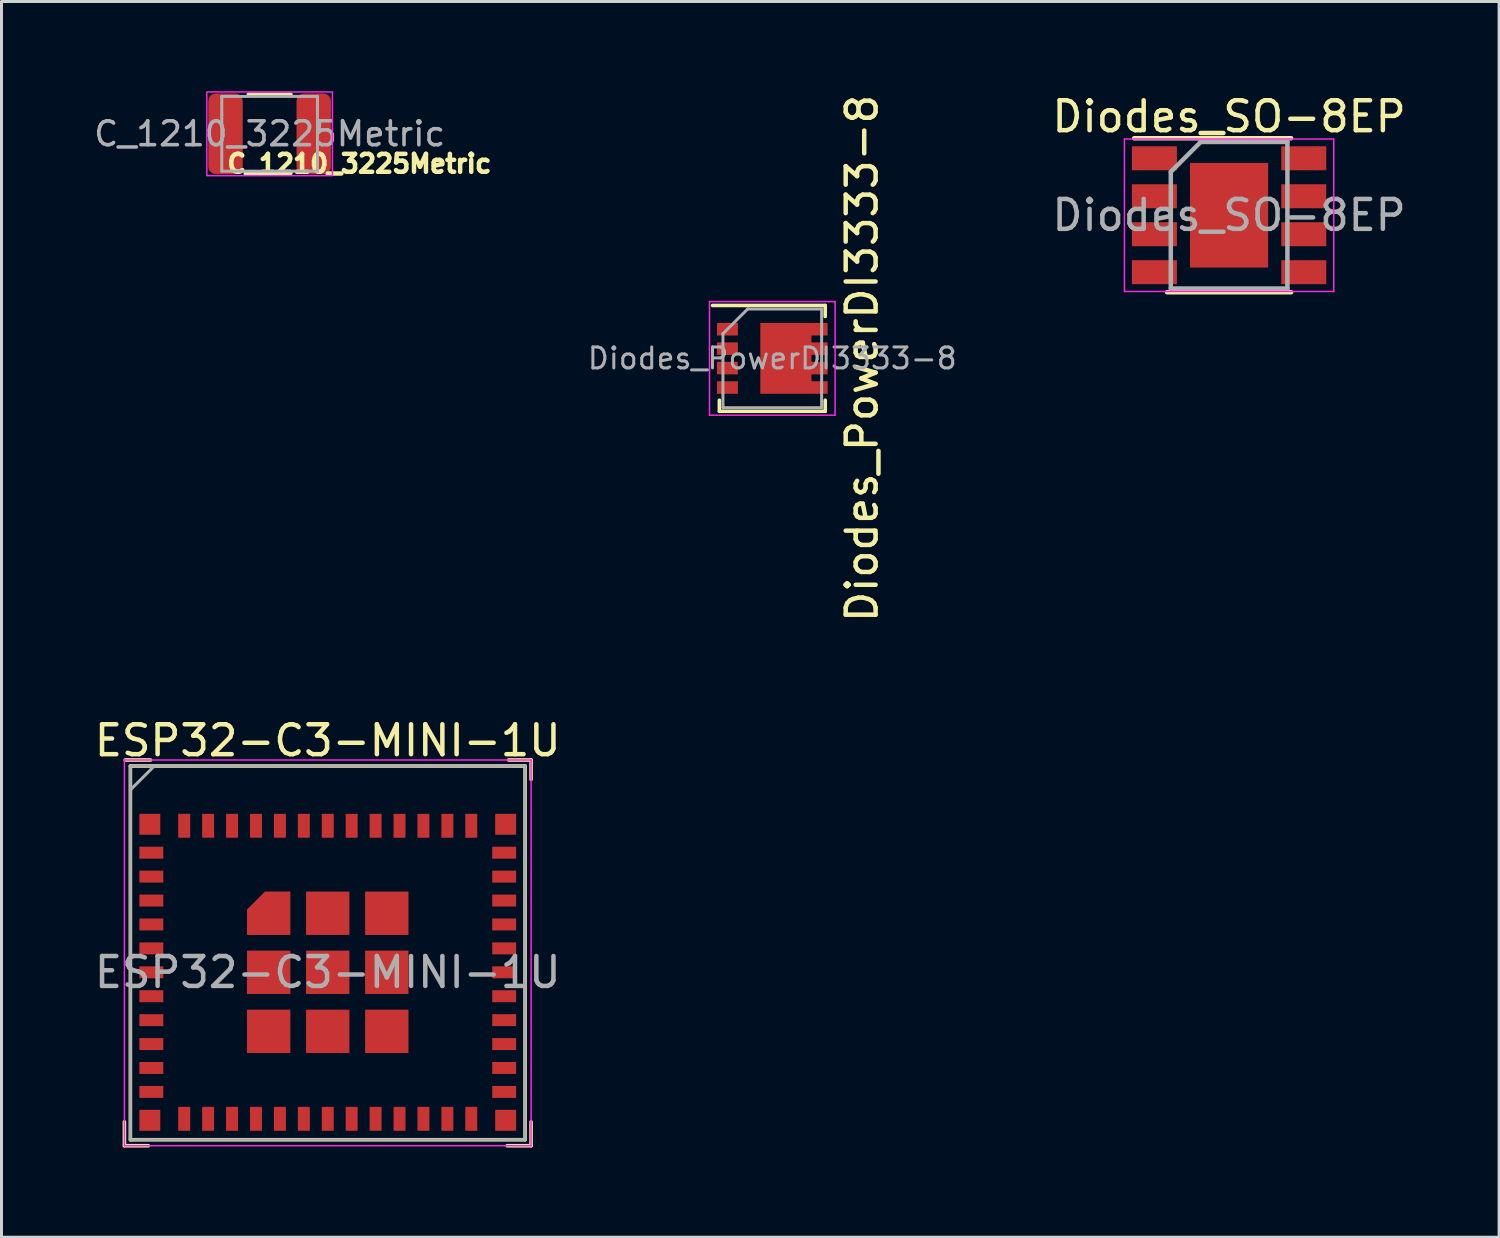
<source format=kicad_pcb>
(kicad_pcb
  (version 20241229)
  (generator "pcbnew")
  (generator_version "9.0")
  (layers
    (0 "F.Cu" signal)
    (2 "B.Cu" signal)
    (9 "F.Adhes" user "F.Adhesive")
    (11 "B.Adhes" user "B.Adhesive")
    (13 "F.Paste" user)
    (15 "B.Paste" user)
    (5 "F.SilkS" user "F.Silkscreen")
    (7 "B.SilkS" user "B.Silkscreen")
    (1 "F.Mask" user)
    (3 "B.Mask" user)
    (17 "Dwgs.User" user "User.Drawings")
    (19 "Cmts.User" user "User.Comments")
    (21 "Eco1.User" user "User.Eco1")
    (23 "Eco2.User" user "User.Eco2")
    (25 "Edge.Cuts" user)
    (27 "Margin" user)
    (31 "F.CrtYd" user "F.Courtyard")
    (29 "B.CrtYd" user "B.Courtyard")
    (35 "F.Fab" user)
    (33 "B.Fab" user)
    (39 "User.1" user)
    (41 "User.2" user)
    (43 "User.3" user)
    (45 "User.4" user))
  (footprint "Diodes_SO-8EP"
    (layer "F.Cu")
    (at 38.055 4.148)
    (property "Reference" "Diodes_SO-8EP" (at 0 -3.3 0) (layer "F.SilkS") (effects (font (size 1 1) (thickness 0.15))))
    (attr smd)
    (fp_line (start -3.175 -2.575) (end 2.075 -2.575) (stroke (width 0.15) (type solid)) (layer "F.SilkS"))
    (fp_line (start -2.075 2.575) (end 2.075 2.575) (stroke (width 0.15) (type solid)) (layer "F.SilkS"))
    (fp_line (start -3.5 -2.55) (end -3.5 2.55) (stroke (width 0.05) (type solid)) (layer "F.CrtYd"))
    (fp_line (start -3.5 -2.55) (end 3.5 -2.55) (stroke (width 0.05) (type solid)) (layer "F.CrtYd"))
    (fp_line (start -3.5 2.55) (end 3.5 2.55) (stroke (width 0.05) (type solid)) (layer "F.CrtYd"))
    (fp_line (start 3.5 -2.55) (end 3.5 2.55) (stroke (width 0.05) (type solid)) (layer "F.CrtYd"))
    (fp_line (start -1.95 -1.45) (end -0.95 -2.45) (stroke (width 0.15) (type solid)) (layer "F.Fab"))
    (fp_line (start -1.95 2.45) (end -1.95 -1.45) (stroke (width 0.15) (type solid)) (layer "F.Fab"))
    (fp_line (start -0.95 -2.45) (end 1.95 -2.45) (stroke (width 0.15) (type solid)) (layer "F.Fab"))
    (fp_line (start 1.95 -2.45) (end 1.95 2.45) (stroke (width 0.15) (type solid)) (layer "F.Fab"))
    (fp_line (start 1.95 2.45) (end -1.95 2.45) (stroke (width 0.15) (type solid)) (layer "F.Fab"))
    (fp_text user "${REFERENCE}" (at 0 0 0) (layer "F.Fab") (effects (font (size 1 1) (thickness 0.15))))
    (pad "1" smd rect (at -2.498 -1.905) (size 1.505 0.802) (layers "F.Cu" "F.Mask" "F.Paste"))
    (pad "2" smd rect (at -2.498 -0.635) (size 1.505 0.802) (layers "F.Cu" "F.Mask" "F.Paste"))
    (pad "3" smd rect (at -2.498 0.635) (size 1.505 0.802) (layers "F.Cu" "F.Mask" "F.Paste"))
    (pad "4" smd rect (at -2.498 1.905) (size 1.505 0.802) (layers "F.Cu" "F.Mask" "F.Paste"))
    (pad "5" smd rect (at 2.498 1.905) (size 1.505 0.802) (layers "F.Cu" "F.Mask" "F.Paste"))
    (pad "6" smd rect (at 2.498 0.635) (size 1.505 0.802) (layers "F.Cu" "F.Mask" "F.Paste"))
    (pad "7" smd rect (at 2.498 -0.635) (size 1.505 0.802) (layers "F.Cu" "F.Mask" "F.Paste"))
    (pad "8" smd rect (at 2.498 -1.905) (size 1.505 0.802) (layers "F.Cu" "F.Mask" "F.Paste"))
    (pad "9" smd rect (at 0 0) (size 2.613 3.502) (layers "F.Cu" "F.Mask" "F.Paste")))
  (footprint "Diodes_PowerDI3333-8"
    (layer "F.Cu")
    (at 22.778 8.935)
    (property "Reference" "Diodes_PowerDI3333-8" (at 3 0 90) (layer "F.SilkS") (effects (font (size 1 1) (thickness 0.15))))
    (attr smd)
    (fp_line (start -1.77 1.77) (end -1.77 1.4) (stroke (width 0.12) (type solid)) (layer "F.SilkS"))
    (fp_line (start -1.77 1.77) (end 1.77 1.77) (stroke (width 0.12) (type solid)) (layer "F.SilkS"))
    (fp_line (start 1.77 -1.77) (end -2 -1.77) (stroke (width 0.12) (type solid)) (layer "F.SilkS"))
    (fp_line (start 1.77 -1.77) (end 1.77 -1.4) (stroke (width 0.12) (type solid)) (layer "F.SilkS"))
    (fp_line (start 1.77 1.77) (end 1.77 1.4) (stroke (width 0.12) (type solid)) (layer "F.SilkS"))
    (fp_line (start -2.1 -1.9) (end -2.1 1.9) (stroke (width 0.05) (type solid)) (layer "F.CrtYd"))
    (fp_line (start -2.1 1.9) (end 2.1 1.9) (stroke (width 0.05) (type solid)) (layer "F.CrtYd"))
    (fp_line (start 2.1 -1.9) (end -2.1 -1.9) (stroke (width 0.05) (type solid)) (layer "F.CrtYd"))
    (fp_line (start 2.1 1.9) (end 2.1 -1.9) (stroke (width 0.05) (type solid)) (layer "F.CrtYd"))
    (fp_line (start -1.65 -0.825) (end -1.65 1.65) (stroke (width 0.1) (type solid)) (layer "F.Fab"))
    (fp_line (start -1.65 1.65) (end 1.65 1.65) (stroke (width 0.1) (type solid)) (layer "F.Fab"))
    (fp_line (start -0.825 -1.65) (end -1.65 -0.825) (stroke (width 0.1) (type solid)) (layer "F.Fab"))
    (fp_line (start 1.65 -1.65) (end -0.825 -1.65) (stroke (width 0.1) (type solid)) (layer "F.Fab"))
    (fp_line (start 1.65 1.65) (end 1.65 -1.65) (stroke (width 0.1) (type solid)) (layer "F.Fab"))
    (fp_text user "${REFERENCE}" (at 0 0 0) (layer "F.Fab") (effects (font (size 0.7 0.7) (thickness 0.1))))
    (pad "" smd rect (at 0.02 -0.565) (size 0.6 1) (layers "F.Paste"))
    (pad "" smd rect (at 0.02 0.565) (size 0.6 1) (layers "F.Paste"))
    (pad "" smd rect (at 0.73 -0.565) (size 0.6 1) (layers "F.Paste"))
    (pad "" smd rect (at 0.73 0.565) (size 0.6 1) (layers "F.Paste"))
    (pad "" smd rect (at 1.5 -0.975) (size 0.7 0.42) (layers "F.Paste"))
    (pad "" smd rect (at 1.5 -0.325) (size 0.7 0.42) (layers "F.Paste"))
    (pad "" smd rect (at 1.5 0.325) (size 0.7 0.42) (layers "F.Paste"))
    (pad "" smd rect (at 1.5 0.975) (size 0.7 0.42) (layers "F.Paste"))
    (pad "1" smd rect (at -1.5 -0.975) (size 0.7 0.42) (layers "F.Cu" "F.Mask" "F.Paste"))
    (pad "2" smd rect (at -1.5 -0.325) (size 0.7 0.42) (layers "F.Cu" "F.Mask" "F.Paste"))
    (pad "3" smd rect (at -1.5 0.325) (size 0.7 0.42) (layers "F.Cu" "F.Mask" "F.Paste"))
    (pad "4" smd rect (at -1.5 0.975) (size 0.7 0.42) (layers "F.Cu" "F.Mask" "F.Paste"))
    (pad "5" smd custom (at 0.455 0) (size 1.71 2.37) (layers "F.Cu" "F.Mask") (options (anchor rect)) (primitives (gr_poly (pts (xy 1.395 1.185) (xy 0.855 1.185) (xy 0.855 0.765) (xy 1.395 0.765)) (width 0) (fill yes)) (gr_poly (pts (xy 1.395 0.535) (xy 0.855 0.535) (xy 0.855 0.115) (xy 1.395 0.115)) (width 0) (fill yes)) (gr_poly (pts (xy 1.395 -0.115) (xy 0.855 -0.115) (xy 0.855 -0.535) (xy 1.395 -0.535)) (width 0) (fill yes)) (gr_poly (pts (xy 1.395 -0.765) (xy 0.855 -0.765) (xy 0.855 -1.185) (xy 1.395 -1.185)) (width 0) (fill yes)))))
  (footprint "C_1210_3225Metric"
    (layer "F.Cu")
    (at 5.967 1.425)
    (property "Reference" "C_1210_3225Metric" (at 3 1 180) (layer "F.SilkS") (effects (font (size 0.6 0.6) (thickness 0.15))))
    (attr smd)
    (fp_line (start -0.711 -1.32) (end 0.711 -1.32) (stroke (width 0.12) (type solid)) (layer "F.SilkS"))
    (fp_line (start -0.711 1.32) (end 0.711 1.32) (stroke (width 0.12) (type solid)) (layer "F.SilkS"))
    (fp_rect (start -2.1 1.4) (end 2.1 -1.4) (stroke (width 0.05) (type default)) (fill no) (layer "F.CrtYd"))
    (fp_line (start -1.6 -1.25) (end 1.6 -1.25) (stroke (width 0.1) (type solid)) (layer "F.Fab"))
    (fp_line (start -1.6 1.25) (end -1.6 -1.25) (stroke (width 0.1) (type solid)) (layer "F.Fab"))
    (fp_line (start 1.6 -1.25) (end 1.6 1.25) (stroke (width 0.1) (type solid)) (layer "F.Fab"))
    (fp_line (start 1.6 1.25) (end -1.6 1.25) (stroke (width 0.1) (type solid)) (layer "F.Fab"))
    (fp_text user "${REFERENCE}" (at 0 0 180) (layer "F.Fab") (effects (font (size 0.8 0.8) (thickness 0.12))))
    (pad "1" smd roundrect (at -1.475 0) (size 1.15 2.7) (layers "F.Cu" "F.Mask" "F.Paste") (roundrect_rratio 0.217))
    (pad "2" smd roundrect (at 1.475 0) (size 1.15 2.7) (layers "F.Cu" "F.Mask" "F.Paste") (roundrect_rratio 0.217)))
  (footprint "ESP32-C3-MINI-1U"
    (layer "F.Cu")
    (at 7.911 28.767)
    (property "Reference" "ESP32-C3-MINI-1U" (at 0 -7.05 0) (layer "F.SilkS") (effects (font (size 1 1) (thickness 0.15))))
    (attr smd)
    (fp_line (start -6.8 5.7) (end -6.8 6.5) (stroke (width 0.12) (type solid)) (layer "F.SilkS"))
    (fp_line (start -6.8 6.5) (end -6 6.5) (stroke (width 0.12) (type solid)) (layer "F.SilkS"))
    (fp_line (start -6.6 -6.2) (end 6.6 -6.2) (stroke (width 0.12) (type solid)) (layer "F.SilkS"))
    (fp_line (start -6.6 6.3) (end -6.6 -6.2) (stroke (width 0.12) (type solid)) (layer "F.SilkS"))
    (fp_line (start -5.925 -6.4) (end -6.775 -6.4) (stroke (width 0.12) (type solid)) (layer "F.SilkS"))
    (fp_line (start 6.05 -6.4) (end 6.8 -6.4) (stroke (width 0.12) (type solid)) (layer "F.SilkS"))
    (fp_line (start 6.6 -6.2) (end 6.6 6.3) (stroke (width 0.12) (type solid)) (layer "F.SilkS"))
    (fp_line (start 6.6 6.3) (end -6.6 6.3) (stroke (width 0.12) (type solid)) (layer "F.SilkS"))
    (fp_line (start 6.8 -6.4) (end 6.8 -5.75) (stroke (width 0.12) (type solid)) (layer "F.SilkS"))
    (fp_line (start 6.8 5.7) (end 6.8 6.5) (stroke (width 0.12) (type solid)) (layer "F.SilkS"))
    (fp_line (start 6.8 6.5) (end 6 6.5) (stroke (width 0.12) (type solid)) (layer "F.SilkS"))
    (fp_line (start -6.8 -6.4) (end 6.8 -6.4) (stroke (width 0.05) (type solid)) (layer "F.CrtYd"))
    (fp_line (start -6.8 6.5) (end -6.8 -6.4) (stroke (width 0.05) (type solid)) (layer "F.CrtYd"))
    (fp_line (start 6.8 -6.4) (end 6.8 6.5) (stroke (width 0.05) (type solid)) (layer "F.CrtYd"))
    (fp_line (start 6.8 6.5) (end -6.8 6.5) (stroke (width 0.05) (type solid)) (layer "F.CrtYd"))
    (fp_line (start -6.6 -6.2) (end -6.6 6.3) (stroke (width 0.1) (type solid)) (layer "F.Fab"))
    (fp_line (start -6.6 6.3) (end 6.6 6.3) (stroke (width 0.1) (type solid)) (layer "F.Fab"))
    (fp_line (start -5.8 -6.2) (end -6.6 -5.4) (stroke (width 0.1) (type solid)) (layer "F.Fab"))
    (fp_line (start 6.6 -6.2) (end -6.6 -6.2) (stroke (width 0.1) (type solid)) (layer "F.Fab"))
    (fp_line (start 6.6 6.3) (end 6.6 -6.2) (stroke (width 0.1) (type solid)) (layer "F.Fab"))
    (fp_text user "${REFERENCE}" (at 0 0.7 0) (layer "F.Fab") (effects (font (size 1 1) (thickness 0.15))))
    (pad "1" smd rect (at -5.9 -3.3 90) (size 0.4 0.8) (layers "F.Cu" "F.Mask" "F.Paste"))
    (pad "2" smd rect (at -5.9 -2.5 90) (size 0.4 0.8) (layers "F.Cu" "F.Mask" "F.Paste"))
    (pad "3" smd rect (at -5.9 -1.7 90) (size 0.4 0.8) (layers "F.Cu" "F.Mask" "F.Paste"))
    (pad "4" smd rect (at -5.9 -0.9 90) (size 0.4 0.8) (layers "F.Cu" "F.Mask" "F.Paste"))
    (pad "5" smd rect (at -5.9 -0.1 90) (size 0.4 0.8) (layers "F.Cu" "F.Mask" "F.Paste"))
    (pad "6" smd rect (at -5.9 0.7 90) (size 0.4 0.8) (layers "F.Cu" "F.Mask" "F.Paste"))
    (pad "7" smd rect (at -5.9 1.5 90) (size 0.4 0.8) (layers "F.Cu" "F.Mask" "F.Paste"))
    (pad "8" smd rect (at -5.9 2.3 90) (size 0.4 0.8) (layers "F.Cu" "F.Mask" "F.Paste"))
    (pad "9" smd rect (at -5.9 3.1 90) (size 0.4 0.8) (layers "F.Cu" "F.Mask" "F.Paste"))
    (pad "10" smd rect (at -5.9 3.9 90) (size 0.4 0.8) (layers "F.Cu" "F.Mask" "F.Paste"))
    (pad "11" smd rect (at -5.9 4.7 90) (size 0.4 0.8) (layers "F.Cu" "F.Mask" "F.Paste"))
    (pad "12" smd rect (at -4.8 5.6) (size 0.4 0.8) (layers "F.Cu" "F.Mask" "F.Paste"))
    (pad "13" smd rect (at -4 5.6) (size 0.4 0.8) (layers "F.Cu" "F.Mask" "F.Paste"))
    (pad "14" smd rect (at -3.2 5.6) (size 0.4 0.8) (layers "F.Cu" "F.Mask" "F.Paste"))
    (pad "15" smd rect (at -2.4 5.6) (size 0.4 0.8) (layers "F.Cu" "F.Mask" "F.Paste"))
    (pad "16" smd rect (at -1.6 5.6) (size 0.4 0.8) (layers "F.Cu" "F.Mask" "F.Paste"))
    (pad "17" smd rect (at -0.8 5.6) (size 0.4 0.8) (layers "F.Cu" "F.Mask" "F.Paste"))
    (pad "18" smd rect (at 0 5.6) (size 0.4 0.8) (layers "F.Cu" "F.Mask" "F.Paste"))
    (pad "19" smd rect (at 0.8 5.6) (size 0.4 0.8) (layers "F.Cu" "F.Mask" "F.Paste"))
    (pad "20" smd rect (at 1.6 5.6) (size 0.4 0.8) (layers "F.Cu" "F.Mask" "F.Paste"))
    (pad "21" smd rect (at 2.4 5.6) (size 0.4 0.8) (layers "F.Cu" "F.Mask" "F.Paste"))
    (pad "22" smd rect (at 3.2 5.6) (size 0.4 0.8) (layers "F.Cu" "F.Mask" "F.Paste"))
    (pad "23" smd rect (at 4 5.6) (size 0.4 0.8) (layers "F.Cu" "F.Mask" "F.Paste"))
    (pad "24" smd rect (at 4.8 5.6) (size 0.4 0.8) (layers "F.Cu" "F.Mask" "F.Paste"))
    (pad "25" smd rect (at 5.9 4.7 90) (size 0.4 0.8) (layers "F.Cu" "F.Mask" "F.Paste"))
    (pad "26" smd rect (at 5.9 3.9 90) (size 0.4 0.8) (layers "F.Cu" "F.Mask" "F.Paste"))
    (pad "27" smd rect (at 5.9 3.1 90) (size 0.4 0.8) (layers "F.Cu" "F.Mask" "F.Paste"))
    (pad "28" smd rect (at 5.9 2.3 90) (size 0.4 0.8) (layers "F.Cu" "F.Mask" "F.Paste"))
    (pad "29" smd rect (at 5.9 1.5 90) (size 0.4 0.8) (layers "F.Cu" "F.Mask" "F.Paste"))
    (pad "30" smd rect (at 5.9 0.7 90) (size 0.4 0.8) (layers "F.Cu" "F.Mask" "F.Paste"))
    (pad "31" smd rect (at 5.9 -0.1 90) (size 0.4 0.8) (layers "F.Cu" "F.Mask" "F.Paste"))
    (pad "32" smd rect (at 5.9 -0.9 90) (size 0.4 0.8) (layers "F.Cu" "F.Mask" "F.Paste"))
    (pad "33" smd rect (at 5.9 -1.7 90) (size 0.4 0.8) (layers "F.Cu" "F.Mask" "F.Paste"))
    (pad "34" smd rect (at 5.9 -2.5 90) (size 0.4 0.8) (layers "F.Cu" "F.Mask" "F.Paste"))
    (pad "35" smd rect (at 5.9 -3.3 90) (size 0.4 0.8) (layers "F.Cu" "F.Mask" "F.Paste"))
    (pad "36" smd rect (at 4.8 -4.2) (size 0.4 0.8) (layers "F.Cu" "F.Mask" "F.Paste"))
    (pad "37" smd rect (at 4 -4.2) (size 0.4 0.8) (layers "F.Cu" "F.Mask" "F.Paste"))
    (pad "38" smd rect (at 3.2 -4.2) (size 0.4 0.8) (layers "F.Cu" "F.Mask" "F.Paste"))
    (pad "39" smd rect (at 2.4 -4.2) (size 0.4 0.8) (layers "F.Cu" "F.Mask" "F.Paste"))
    (pad "40" smd rect (at 1.6 -4.2) (size 0.4 0.8) (layers "F.Cu" "F.Mask" "F.Paste"))
    (pad "41" smd rect (at 0.8 -4.2) (size 0.4 0.8) (layers "F.Cu" "F.Mask" "F.Paste"))
    (pad "42" smd rect (at 0 -4.2) (size 0.4 0.8) (layers "F.Cu" "F.Mask" "F.Paste"))
    (pad "43" smd rect (at -0.8 -4.2) (size 0.4 0.8) (layers "F.Cu" "F.Mask" "F.Paste"))
    (pad "44" smd rect (at -1.6 -4.2) (size 0.4 0.8) (layers "F.Cu" "F.Mask" "F.Paste"))
    (pad "45" smd rect (at -2.4 -4.2) (size 0.4 0.8) (layers "F.Cu" "F.Mask" "F.Paste"))
    (pad "46" smd rect (at -3.2 -4.2) (size 0.4 0.8) (layers "F.Cu" "F.Mask" "F.Paste"))
    (pad "47" smd rect (at -4 -4.2) (size 0.4 0.8) (layers "F.Cu" "F.Mask" "F.Paste"))
    (pad "48" smd rect (at -4.8 -4.2) (size 0.4 0.8) (layers "F.Cu" "F.Mask" "F.Paste"))
    (pad "49" smd custom (at -1.975 -1.275) (size 0.8 0.8) (layers "F.Cu" "F.Mask" "F.Paste") (options (anchor rect)) (primitives (gr_poly (pts (xy 0.725 0.725) (xy -0.725 0.725) (xy -0.725 -0.125) (xy -0.125 -0.725) (xy 0.725 -0.725)) (width 0) (fill yes))))
    (pad "49" smd rect (at -1.975 0.7 90) (size 1.45 1.45) (layers "F.Cu" "F.Mask" "F.Paste"))
    (pad "49" smd rect (at -1.975 2.675 90) (size 1.45 1.45) (layers "F.Cu" "F.Mask" "F.Paste"))
    (pad "49" smd rect (at 0 -1.275 90) (size 1.45 1.45) (layers "F.Cu" "F.Mask" "F.Paste"))
    (pad "49" smd rect (at 0 0.7 90) (size 1.45 1.45) (layers "F.Cu" "F.Mask" "F.Paste"))
    (pad "49" smd rect (at 0 2.675 90) (size 1.45 1.45) (layers "F.Cu" "F.Mask" "F.Paste"))
    (pad "49" smd rect (at 1.975 -1.275 90) (size 1.45 1.45) (layers "F.Cu" "F.Mask" "F.Paste"))
    (pad "49" smd rect (at 1.975 0.7 90) (size 1.45 1.45) (layers "F.Cu" "F.Mask" "F.Paste"))
    (pad "49" smd rect (at 1.975 2.675 90) (size 1.45 1.45) (layers "F.Cu" "F.Mask" "F.Paste"))
    (pad "50" smd rect (at 5.95 -4.25 90) (size 0.7 0.7) (layers "F.Cu" "F.Mask" "F.Paste"))
    (pad "51" smd rect (at 5.95 5.65 90) (size 0.7 0.7) (layers "F.Cu" "F.Mask" "F.Paste"))
    (pad "52" smd rect (at -5.95 5.65 90) (size 0.7 0.7) (layers "F.Cu" "F.Mask" "F.Paste"))
    (pad "53" smd rect (at -5.95 -4.25 90) (size 0.7 0.7) (layers "F.Cu" "F.Mask" "F.Paste")))
  (gr_rect
    (start -3 -3)
    (end 47.085 38.327)
    (stroke (width 0.1) (type default))
    (fill no)
    (layer "Edge.Cuts")))
</source>
